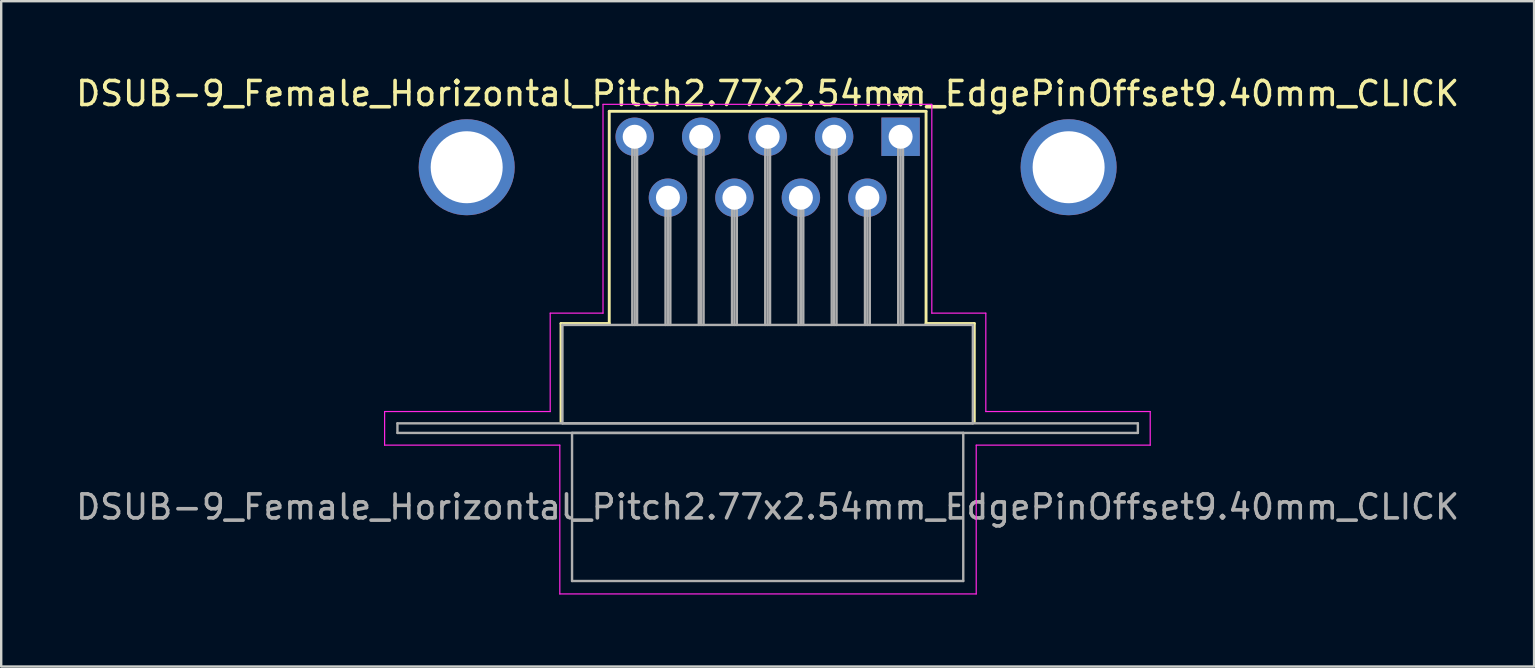
<source format=kicad_pcb>
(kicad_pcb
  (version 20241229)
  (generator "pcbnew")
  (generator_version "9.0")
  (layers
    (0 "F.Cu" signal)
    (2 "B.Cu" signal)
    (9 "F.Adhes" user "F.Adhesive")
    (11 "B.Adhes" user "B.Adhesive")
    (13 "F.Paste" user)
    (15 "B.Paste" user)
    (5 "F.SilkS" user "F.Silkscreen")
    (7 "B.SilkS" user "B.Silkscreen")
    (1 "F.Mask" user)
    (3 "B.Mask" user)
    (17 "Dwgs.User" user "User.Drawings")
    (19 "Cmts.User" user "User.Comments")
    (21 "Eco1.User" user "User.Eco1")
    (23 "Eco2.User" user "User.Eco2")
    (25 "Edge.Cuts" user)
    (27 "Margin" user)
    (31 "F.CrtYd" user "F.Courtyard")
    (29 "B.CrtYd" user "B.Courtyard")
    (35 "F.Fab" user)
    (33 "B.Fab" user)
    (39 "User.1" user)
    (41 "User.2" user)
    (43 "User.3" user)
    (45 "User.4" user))
  (footprint "DSUB-9_Female_Horizontal_Pitch2.77x2.54mm_EdgePinOffset9.40mm_CLICK"
    (layer "F.Cu")
    (at 34.475 2.648)
    (property "Reference" "DSUB-9_Female_Horizontal_Pitch2.77x2.54mm_EdgePinOffset9.40mm_CLICK" (at -5.54 -1.8 0) (layer "F.SilkS") (effects (font (size 1 1) (thickness 0.15))))
    (attr through_hole)
    (fp_line (start -14.15 7.78) (end -12.14 7.78) (stroke (width 0.12) (type solid)) (layer "F.SilkS"))
    (fp_line (start -14.15 11.88) (end -14.15 7.78) (stroke (width 0.12) (type solid)) (layer "F.SilkS"))
    (fp_line (start -12.14 -1.06) (end 1.06 -1.06) (stroke (width 0.12) (type solid)) (layer "F.SilkS"))
    (fp_line (start -12.14 7.78) (end -12.14 -1.06) (stroke (width 0.12) (type solid)) (layer "F.SilkS"))
    (fp_line (start -0.25 -1.754) (end 0.25 -1.754) (stroke (width 0.12) (type solid)) (layer "F.SilkS"))
    (fp_line (start 0 -1.321) (end -0.25 -1.754) (stroke (width 0.12) (type solid)) (layer "F.SilkS"))
    (fp_line (start 0.25 -1.754) (end 0 -1.321) (stroke (width 0.12) (type solid)) (layer "F.SilkS"))
    (fp_line (start 1.06 -1.06) (end 1.06 7.78) (stroke (width 0.12) (type solid)) (layer "F.SilkS"))
    (fp_line (start 1.06 7.78) (end 3.07 7.78) (stroke (width 0.12) (type solid)) (layer "F.SilkS"))
    (fp_line (start 3.07 7.78) (end 3.07 11.88) (stroke (width 0.12) (type solid)) (layer "F.SilkS"))
    (fp_line (start -21.5 11.45) (end -14.6 11.45) (stroke (width 0.05) (type solid)) (layer "F.CrtYd"))
    (fp_line (start -21.5 12.85) (end -21.5 11.45) (stroke (width 0.05) (type solid)) (layer "F.CrtYd"))
    (fp_line (start -14.6 7.35) (end -12.4 7.35) (stroke (width 0.05) (type solid)) (layer "F.CrtYd"))
    (fp_line (start -14.6 11.45) (end -14.6 7.35) (stroke (width 0.05) (type solid)) (layer "F.CrtYd"))
    (fp_line (start -14.2 12.85) (end -21.5 12.85) (stroke (width 0.05) (type solid)) (layer "F.CrtYd"))
    (fp_line (start -14.2 19.05) (end -14.2 12.85) (stroke (width 0.05) (type solid)) (layer "F.CrtYd"))
    (fp_line (start -12.4 -1.35) (end 1.3 -1.35) (stroke (width 0.05) (type solid)) (layer "F.CrtYd"))
    (fp_line (start -12.4 7.35) (end -12.4 -1.35) (stroke (width 0.05) (type solid)) (layer "F.CrtYd"))
    (fp_line (start 1.3 -1.35) (end 1.3 7.35) (stroke (width 0.05) (type solid)) (layer "F.CrtYd"))
    (fp_line (start 1.3 7.35) (end 3.55 7.35) (stroke (width 0.05) (type solid)) (layer "F.CrtYd"))
    (fp_line (start 3.15 12.85) (end 3.15 19.05) (stroke (width 0.05) (type solid)) (layer "F.CrtYd"))
    (fp_line (start 3.15 19.05) (end -14.2 19.05) (stroke (width 0.05) (type solid)) (layer "F.CrtYd"))
    (fp_line (start 3.55 7.35) (end 3.55 11.45) (stroke (width 0.05) (type solid)) (layer "F.CrtYd"))
    (fp_line (start 3.55 11.45) (end 10.4 11.45) (stroke (width 0.05) (type solid)) (layer "F.CrtYd"))
    (fp_line (start 10.4 11.45) (end 10.4 12.85) (stroke (width 0.05) (type solid)) (layer "F.CrtYd"))
    (fp_line (start 10.4 12.85) (end 3.15 12.85) (stroke (width 0.05) (type solid)) (layer "F.CrtYd"))
    (fp_line (start -20.965 11.94) (end -20.965 12.34) (stroke (width 0.1) (type solid)) (layer "F.Fab"))
    (fp_line (start -20.965 12.34) (end 9.885 12.34) (stroke (width 0.1) (type solid)) (layer "F.Fab"))
    (fp_line (start -14.09 7.84) (end -14.09 11.94) (stroke (width 0.1) (type solid)) (layer "F.Fab"))
    (fp_line (start -14.09 11.94) (end 3.01 11.94) (stroke (width 0.1) (type solid)) (layer "F.Fab"))
    (fp_line (start -13.69 12.34) (end -13.69 18.51) (stroke (width 0.1) (type solid)) (layer "F.Fab"))
    (fp_line (start -13.69 18.51) (end 2.61 18.51) (stroke (width 0.1) (type solid)) (layer "F.Fab"))
    (fp_line (start -11.18 0) (end -11.18 7.84) (stroke (width 0.1) (type solid)) (layer "F.Fab"))
    (fp_line (start -11.08 0) (end -11.08 7.84) (stroke (width 0.1) (type solid)) (layer "F.Fab"))
    (fp_line (start -10.98 0) (end -10.98 7.84) (stroke (width 0.1) (type solid)) (layer "F.Fab"))
    (fp_line (start -9.795 2.54) (end -9.795 7.84) (stroke (width 0.1) (type solid)) (layer "F.Fab"))
    (fp_line (start -9.695 2.54) (end -9.695 7.84) (stroke (width 0.1) (type solid)) (layer "F.Fab"))
    (fp_line (start -9.595 2.54) (end -9.595 7.84) (stroke (width 0.1) (type solid)) (layer "F.Fab"))
    (fp_line (start -8.41 0) (end -8.41 7.84) (stroke (width 0.1) (type solid)) (layer "F.Fab"))
    (fp_line (start -8.31 0) (end -8.31 7.84) (stroke (width 0.1) (type solid)) (layer "F.Fab"))
    (fp_line (start -8.21 0) (end -8.21 7.84) (stroke (width 0.1) (type solid)) (layer "F.Fab"))
    (fp_line (start -7.025 2.54) (end -7.025 7.84) (stroke (width 0.1) (type solid)) (layer "F.Fab"))
    (fp_line (start -6.925 2.54) (end -6.925 7.84) (stroke (width 0.1) (type solid)) (layer "F.Fab"))
    (fp_line (start -6.825 2.54) (end -6.825 7.84) (stroke (width 0.1) (type solid)) (layer "F.Fab"))
    (fp_line (start -5.64 0) (end -5.64 7.84) (stroke (width 0.1) (type solid)) (layer "F.Fab"))
    (fp_line (start -5.54 0) (end -5.54 7.84) (stroke (width 0.1) (type solid)) (layer "F.Fab"))
    (fp_line (start -5.44 0) (end -5.44 7.84) (stroke (width 0.1) (type solid)) (layer "F.Fab"))
    (fp_line (start -4.255 2.54) (end -4.255 7.84) (stroke (width 0.1) (type solid)) (layer "F.Fab"))
    (fp_line (start -4.155 2.54) (end -4.155 7.84) (stroke (width 0.1) (type solid)) (layer "F.Fab"))
    (fp_line (start -4.055 2.54) (end -4.055 7.84) (stroke (width 0.1) (type solid)) (layer "F.Fab"))
    (fp_line (start -2.87 0) (end -2.87 7.84) (stroke (width 0.1) (type solid)) (layer "F.Fab"))
    (fp_line (start -2.77 0) (end -2.77 7.84) (stroke (width 0.1) (type solid)) (layer "F.Fab"))
    (fp_line (start -2.67 0) (end -2.67 7.84) (stroke (width 0.1) (type solid)) (layer "F.Fab"))
    (fp_line (start -1.485 2.54) (end -1.485 7.84) (stroke (width 0.1) (type solid)) (layer "F.Fab"))
    (fp_line (start -1.385 2.54) (end -1.385 7.84) (stroke (width 0.1) (type solid)) (layer "F.Fab"))
    (fp_line (start -1.285 2.54) (end -1.285 7.84) (stroke (width 0.1) (type solid)) (layer "F.Fab"))
    (fp_line (start -0.1 0) (end -0.1 7.84) (stroke (width 0.1) (type solid)) (layer "F.Fab"))
    (fp_line (start 0 0) (end 0 7.84) (stroke (width 0.1) (type solid)) (layer "F.Fab"))
    (fp_line (start 0.1 0) (end 0.1 7.84) (stroke (width 0.1) (type solid)) (layer "F.Fab"))
    (fp_line (start 2.61 12.34) (end -13.69 12.34) (stroke (width 0.1) (type solid)) (layer "F.Fab"))
    (fp_line (start 2.61 18.51) (end 2.61 12.34) (stroke (width 0.1) (type solid)) (layer "F.Fab"))
    (fp_line (start 3.01 7.84) (end -14.09 7.84) (stroke (width 0.1) (type solid)) (layer "F.Fab"))
    (fp_line (start 3.01 11.94) (end 3.01 7.84) (stroke (width 0.1) (type solid)) (layer "F.Fab"))
    (fp_line (start 9.885 11.94) (end -20.965 11.94) (stroke (width 0.1) (type solid)) (layer "F.Fab"))
    (fp_line (start 9.885 12.34) (end 9.885 11.94) (stroke (width 0.1) (type solid)) (layer "F.Fab"))
    (fp_text user "${REFERENCE}" (at -5.54 15.425 0) (layer "F.Fab") (effects (font (size 1 1) (thickness 0.15))))
    (pad "1" thru_hole rect (at 0 0) (size 1.6 1.6) (drill 1) (layers "*.Cu" "*.Mask"))
    (pad "2" thru_hole circle (at -2.77 0) (size 1.6 1.6) (drill 1) (layers "*.Cu" "*.Mask"))
    (pad "3" thru_hole circle (at -5.54 0) (size 1.6 1.6) (drill 1) (layers "*.Cu" "*.Mask"))
    (pad "4" thru_hole circle (at -8.31 0) (size 1.6 1.6) (drill 1) (layers "*.Cu" "*.Mask"))
    (pad "5" thru_hole circle (at -11.08 0) (size 1.6 1.6) (drill 1) (layers "*.Cu" "*.Mask"))
    (pad "6" thru_hole circle (at -1.385 2.54) (size 1.6 1.6) (drill 1) (layers "*.Cu" "*.Mask"))
    (pad "7" thru_hole circle (at -4.155 2.54) (size 1.6 1.6) (drill 1) (layers "*.Cu" "*.Mask"))
    (pad "8" thru_hole circle (at -6.925 2.54) (size 1.6 1.6) (drill 1) (layers "*.Cu" "*.Mask"))
    (pad "9" thru_hole circle (at -9.695 2.54) (size 1.6 1.6) (drill 1) (layers "*.Cu" "*.Mask"))
    (pad "B1" thru_hole circle (at -18.08 1.27) (size 4 4) (drill 3) (layers "*.Cu" "*.Mask"))
    (pad "B2" thru_hole circle (at 7 1.27) (size 4 4) (drill 3) (layers "*.Cu" "*.Mask")))
  (gr_rect
    (start -3 -3)
    (end 60.869 24.723)
    (stroke (width 0.1) (type default))
    (fill no)
    (layer "Edge.Cuts")))
</source>
